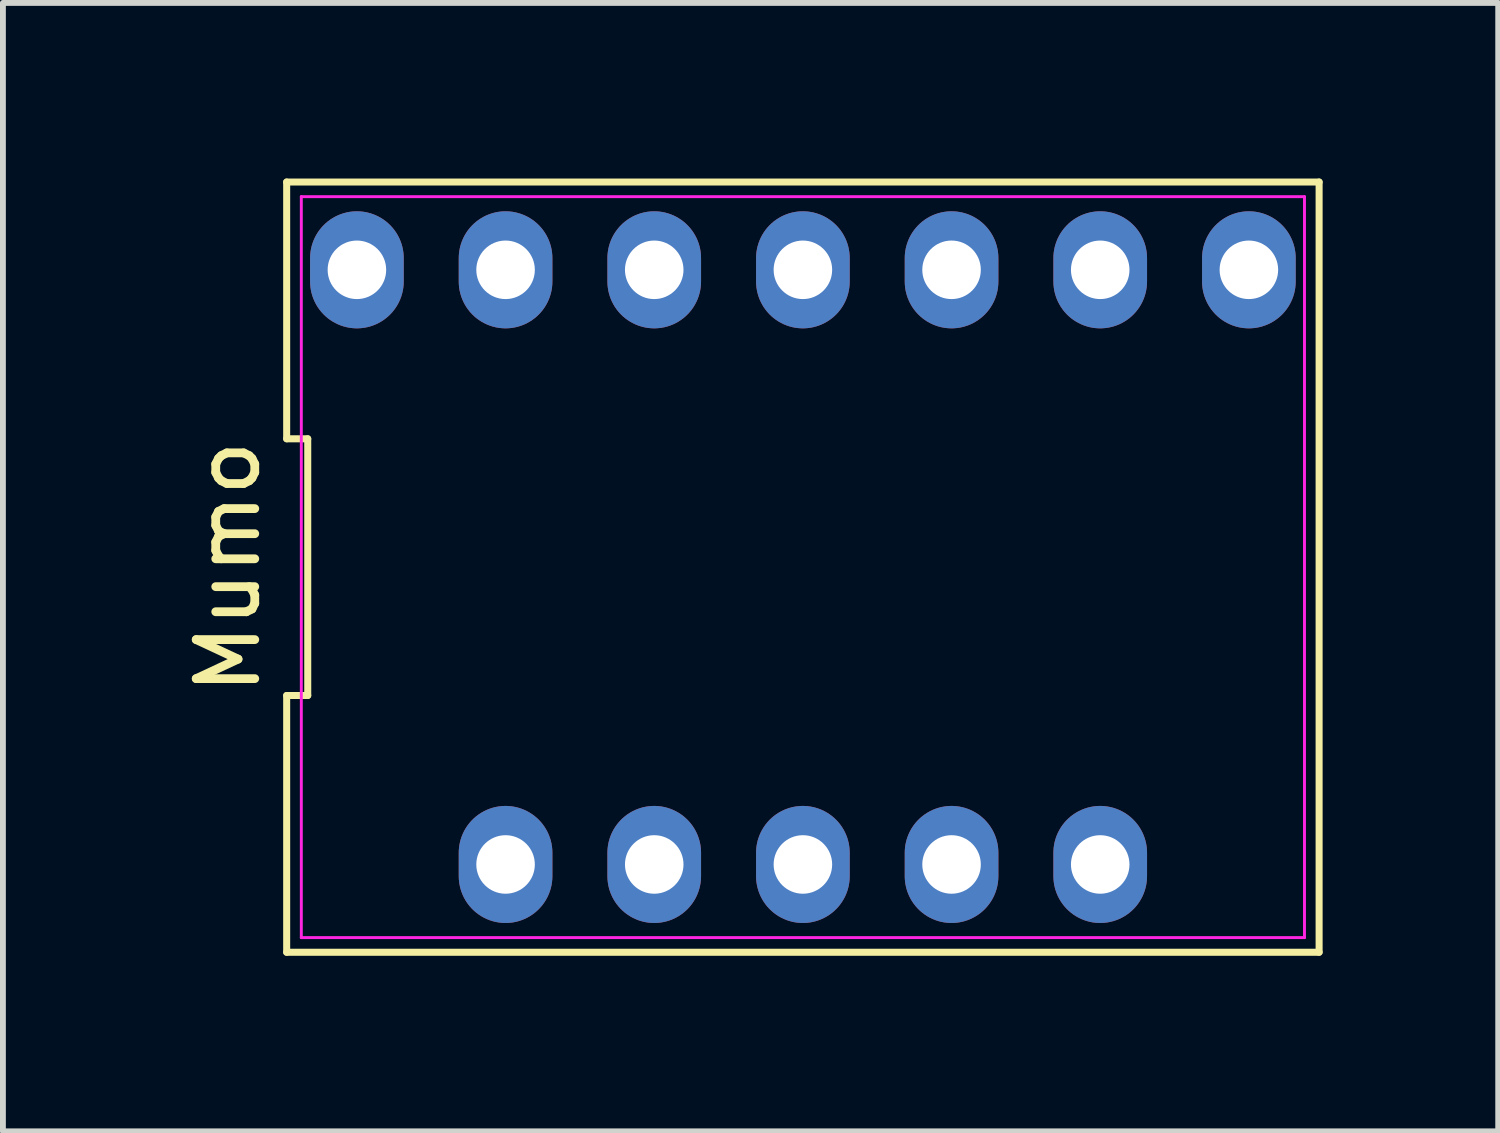
<source format=kicad_pcb>
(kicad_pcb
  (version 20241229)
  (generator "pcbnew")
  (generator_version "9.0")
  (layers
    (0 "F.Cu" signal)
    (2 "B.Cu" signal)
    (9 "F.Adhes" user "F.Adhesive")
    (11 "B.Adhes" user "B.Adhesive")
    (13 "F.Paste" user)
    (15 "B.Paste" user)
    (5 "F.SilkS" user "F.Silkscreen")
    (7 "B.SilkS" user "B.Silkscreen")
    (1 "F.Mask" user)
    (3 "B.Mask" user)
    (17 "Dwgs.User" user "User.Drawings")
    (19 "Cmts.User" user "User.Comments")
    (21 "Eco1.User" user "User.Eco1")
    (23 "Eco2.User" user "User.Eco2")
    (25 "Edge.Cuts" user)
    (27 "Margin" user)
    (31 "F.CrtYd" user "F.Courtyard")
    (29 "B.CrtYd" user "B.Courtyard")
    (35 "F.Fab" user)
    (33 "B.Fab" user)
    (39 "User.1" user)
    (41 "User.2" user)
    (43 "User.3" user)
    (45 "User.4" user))
  (footprint "Mumo"
    (layer "F.Cu")
    (at 10.668 6.64)
    (property "Reference" "Mumo" (at -9.82 0 90) (layer "F.SilkS") (effects (font (size 1 1) (thickness 0.15))))
    (attr through_hole)
    (fp_line (start -8.82 -6.58) (end -8.82 -2.193) (stroke (width 0.12) (type default)) (layer "F.SilkS"))
    (fp_line (start -8.82 -2.193) (end -8.46 -2.193) (stroke (width 0.12) (type default)) (layer "F.SilkS"))
    (fp_line (start -8.82 2.193) (end -8.82 6.58) (stroke (width 0.12) (type default)) (layer "F.SilkS"))
    (fp_line (start -8.82 6.58) (end 8.82 6.58) (stroke (width 0.12) (type default)) (layer "F.SilkS"))
    (fp_line (start -8.46 -2.193) (end -8.46 2.193) (stroke (width 0.12) (type default)) (layer "F.SilkS"))
    (fp_line (start -8.46 2.193) (end -8.82 2.193) (stroke (width 0.12) (type default)) (layer "F.SilkS"))
    (fp_line (start 8.82 -6.58) (end -8.82 -6.58) (stroke (width 0.12) (type default)) (layer "F.SilkS"))
    (fp_line (start 8.82 6.58) (end 8.82 -6.58) (stroke (width 0.12) (type default)) (layer "F.SilkS"))
    (fp_line (start -8.57 -6.33) (end 8.57 -6.33) (stroke (width 0.05) (type default)) (layer "F.CrtYd"))
    (fp_line (start -8.57 6.33) (end -8.57 -6.33) (stroke (width 0.05) (type default)) (layer "F.CrtYd"))
    (fp_line (start 8.57 -6.33) (end 8.57 6.33) (stroke (width 0.05) (type default)) (layer "F.CrtYd"))
    (fp_line (start 8.57 6.33) (end -8.57 6.33) (stroke (width 0.05) (type default)) (layer "F.CrtYd"))
    (pad "1" thru_hole oval (at 5.08 5.08) (size 1.6 2) (drill 1) (layers "*.Cu" "*.Mask"))
    (pad "2" thru_hole oval (at 2.54 5.08) (size 1.6 2) (drill 1) (layers "*.Cu" "*.Mask"))
    (pad "3" thru_hole oval (at 0 5.08) (size 1.6 2) (drill 1) (layers "*.Cu" "*.Mask"))
    (pad "4" thru_hole oval (at -2.54 5.08) (size 1.6 2) (drill 1) (layers "*.Cu" "*.Mask"))
    (pad "5" thru_hole oval (at -5.08 5.08) (size 1.6 2) (drill 1) (layers "*.Cu" "*.Mask"))
    (pad "6" thru_hole oval (at 7.62 -5.08) (size 1.6 2) (drill 1) (layers "*.Cu" "*.Mask"))
    (pad "7" thru_hole oval (at 5.08 -5.08) (size 1.6 2) (drill 1) (layers "*.Cu" "*.Mask"))
    (pad "8" thru_hole oval (at 2.54 -5.08) (size 1.6 2) (drill 1) (layers "*.Cu" "*.Mask"))
    (pad "9" thru_hole oval (at 0 -5.08) (size 1.6 2) (drill 1) (layers "*.Cu" "*.Mask"))
    (pad "10" thru_hole oval (at -2.54 -5.08) (size 1.6 2) (drill 1) (layers "*.Cu" "*.Mask"))
    (pad "11" thru_hole oval (at -5.08 -5.08) (size 1.6 2) (drill 1) (layers "*.Cu" "*.Mask"))
    (pad "12" thru_hole oval (at -7.62 -5.08) (size 1.6 2) (drill 1) (layers "*.Cu" "*.Mask")))
  (gr_rect
    (start -3 -3)
    (end 22.548 16.28)
    (stroke (width 0.1) (type default))
    (fill no)
    (layer "Edge.Cuts")))
</source>
